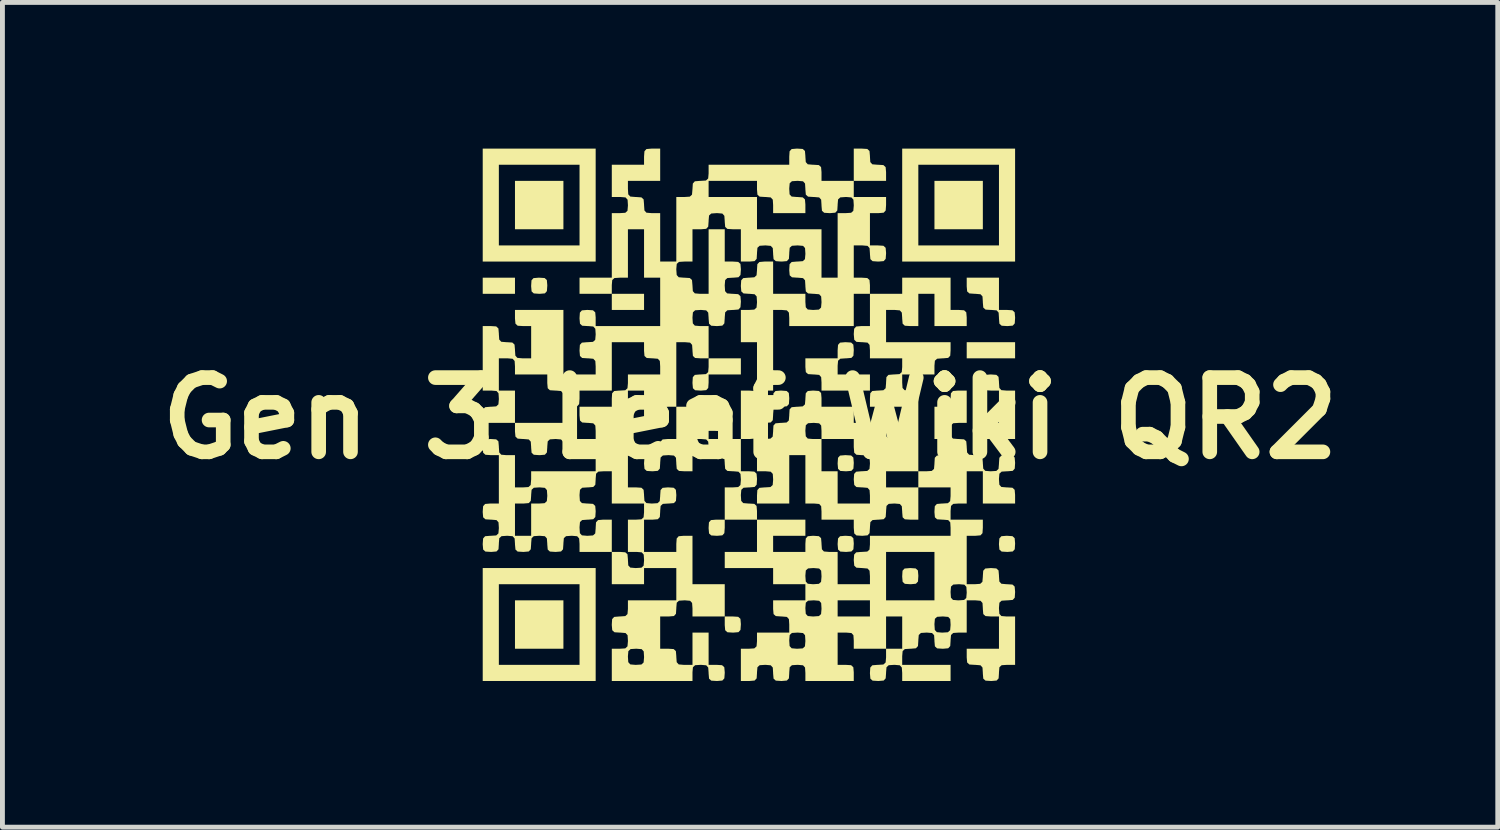
<source format=kicad_pcb>
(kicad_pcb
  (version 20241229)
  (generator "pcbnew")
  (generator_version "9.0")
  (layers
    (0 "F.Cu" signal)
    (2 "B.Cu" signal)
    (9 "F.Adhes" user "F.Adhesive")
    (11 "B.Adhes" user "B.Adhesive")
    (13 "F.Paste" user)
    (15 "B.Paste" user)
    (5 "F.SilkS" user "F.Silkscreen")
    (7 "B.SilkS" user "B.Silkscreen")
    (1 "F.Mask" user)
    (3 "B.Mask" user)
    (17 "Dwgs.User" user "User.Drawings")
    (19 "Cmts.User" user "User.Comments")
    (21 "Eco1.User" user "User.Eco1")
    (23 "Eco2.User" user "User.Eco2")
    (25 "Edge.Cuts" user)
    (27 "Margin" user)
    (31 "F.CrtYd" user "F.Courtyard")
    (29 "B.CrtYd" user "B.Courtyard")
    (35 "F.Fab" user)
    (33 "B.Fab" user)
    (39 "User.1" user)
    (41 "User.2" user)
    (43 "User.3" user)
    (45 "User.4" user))
  (footprint "Gen 3 Leaf Wiki QR2"
    (layer "F.Cu")
    (at 12.344 5.534)
    (property "Reference" "Gen 3 Leaf Wiki QR2" (at 0 0 0) (layer "F.SilkS") (effects (font (size 1.524 1.524) (thickness 0.3))))
    (attr board_only exclude_from_pos_files exclude_from_bom)
    (fp_poly (pts (xy -4.825 -2.554) (xy -5.487 -2.554) (xy -5.487 -2.885) (xy -4.825 -2.885)) (stroke (width 0) (type solid)) (fill yes) (layer "F.SilkS"))
    (fp_poly (pts (xy -3.831 -3.879) (xy -4.825 -3.879) (xy -4.825 -4.872) (xy -3.831 -4.872)) (stroke (width 0) (type solid)) (fill yes) (layer "F.SilkS"))
    (fp_poly (pts (xy -3.831 4.73) (xy -4.825 4.73) (xy -4.825 3.737) (xy -3.831 3.737)) (stroke (width 0) (type solid)) (fill yes) (layer "F.SilkS"))
    (fp_poly (pts (xy -2.176 -2.223) (xy -2.838 -2.223) (xy -2.838 -2.554) (xy -2.176 -2.554)) (stroke (width 0) (type solid)) (fill yes) (layer "F.SilkS"))
    (fp_poly (pts (xy 4.777 -3.879) (xy 3.784 -3.879) (xy 3.784 -4.872) (xy 4.777 -4.872)) (stroke (width 0) (type solid)) (fill yes) (layer "F.SilkS"))
    (fp_poly (pts (xy 5.439 -1.23) (xy 4.446 -1.23) (xy 4.446 -1.561) (xy 5.439 -1.561)) (stroke (width 0) (type solid)) (fill yes) (layer "F.SilkS"))
    (fp_poly (pts (xy -3.169 -3.216) (xy -5.487 -3.216) (xy -5.487 -3.547) (xy -5.156 -3.547) (xy -3.5 -3.547) (xy -3.5 -5.203) (xy -5.156 -5.203) (xy -5.156 -3.547) (xy -5.487 -3.547) (xy -5.487 -5.534) (xy -3.169 -5.534)) (stroke (width 0) (type solid)) (fill yes) (layer "F.SilkS"))
    (fp_poly (pts (xy -3.169 5.392) (xy -5.487 5.392) (xy -5.487 5.061) (xy -5.156 5.061) (xy -3.5 5.061) (xy -3.5 3.406) (xy -5.156 3.406) (xy -5.156 5.061) (xy -5.487 5.061) (xy -5.487 3.074) (xy -3.169 3.074)) (stroke (width 0) (type solid)) (fill yes) (layer "F.SilkS"))
    (fp_poly (pts (xy 5.439 -3.216) (xy 3.122 -3.216) (xy 3.122 -3.547) (xy 3.453 -3.547) (xy 5.108 -3.547) (xy 5.108 -5.203) (xy 3.453 -5.203) (xy 3.453 -3.547) (xy 3.122 -3.547) (xy 3.122 -5.534) (xy 5.439 -5.534)) (stroke (width 0) (type solid)) (fill yes) (layer "F.SilkS"))
    (fp_poly (pts (xy -0.52 2.247) (xy -0.528 2.358) (xy -0.569 2.403) (xy -0.673 2.412) (xy -0.686 2.412) (xy -0.797 2.405) (xy -0.842 2.364) (xy -0.851 2.259) (xy -0.851 2.247) (xy -0.844 2.136) (xy -0.803 2.09) (xy -0.698 2.081) (xy -0.686 2.081) (xy -0.52 2.081)) (stroke (width 0) (type solid)) (fill yes) (layer "F.SilkS"))
    (fp_poly (pts (xy -0.244 4.075) (xy -0.198 4.116) (xy -0.189 4.221) (xy -0.189 4.233) (xy -0.197 4.344) (xy -0.238 4.39) (xy -0.342 4.399) (xy -0.355 4.399) (xy -0.466 4.392) (xy -0.511 4.35) (xy -0.52 4.246) (xy -0.52 4.233) (xy -0.52 4.068) (xy -0.355 4.068)) (stroke (width 0) (type solid)) (fill yes) (layer "F.SilkS"))
    (fp_poly (pts (xy -4.217 -2.878) (xy -4.171 -2.837) (xy -4.162 -2.732) (xy -4.162 -2.72) (xy -4.17 -2.609) (xy -4.211 -2.563) (xy -4.315 -2.554) (xy -4.328 -2.554) (xy -4.439 -2.562) (xy -4.484 -2.603) (xy -4.493 -2.707) (xy -4.493 -2.72) (xy -4.486 -2.831) (xy -4.445 -2.876) (xy -4.341 -2.885) (xy -4.328 -2.885)) (stroke (width 0) (type solid)) (fill yes) (layer "F.SilkS"))
    (fp_poly (pts (xy 2.074 0.764) (xy 2.119 0.805) (xy 2.128 0.91) (xy 2.128 0.922) (xy 2.121 1.033) (xy 2.08 1.079) (xy 1.976 1.088) (xy 1.963 1.088) (xy 1.852 1.081) (xy 1.806 1.039) (xy 1.797 0.935) (xy 1.797 0.922) (xy 1.805 0.811) (xy 1.846 0.766) (xy 1.95 0.757) (xy 1.963 0.757)) (stroke (width 0) (type solid)) (fill yes) (layer "F.SilkS"))
    (fp_poly (pts (xy 2.074 2.42) (xy 2.119 2.461) (xy 2.128 2.565) (xy 2.128 2.578) (xy 2.121 2.689) (xy 2.08 2.734) (xy 1.976 2.743) (xy 1.963 2.743) (xy 1.852 2.736) (xy 1.806 2.695) (xy 1.797 2.59) (xy 1.797 2.578) (xy 1.805 2.467) (xy 1.846 2.421) (xy 1.95 2.412) (xy 1.963 2.412)) (stroke (width 0) (type solid)) (fill yes) (layer "F.SilkS"))
    (fp_poly (pts (xy 2.405 -5.527) (xy 2.451 -5.485) (xy 2.46 -5.381) (xy 2.46 -5.369) (xy 2.467 -5.258) (xy 2.508 -5.212) (xy 2.613 -5.203) (xy 2.625 -5.203) (xy 2.736 -5.196) (xy 2.782 -5.154) (xy 2.791 -5.05) (xy 2.791 -5.037) (xy 2.791 -4.872) (xy 2.128 -4.872) (xy 2.128 -5.534) (xy 2.294 -5.534)) (stroke (width 0) (type solid)) (fill yes) (layer "F.SilkS"))
    (fp_poly (pts (xy 3.398 3.082) (xy 3.444 3.123) (xy 3.453 3.227) (xy 3.453 3.24) (xy 3.446 3.351) (xy 3.404 3.396) (xy 3.3 3.406) (xy 3.287 3.406) (xy 3.176 3.398) (xy 3.131 3.357) (xy 3.122 3.253) (xy 3.122 3.24) (xy 3.129 3.129) (xy 3.17 3.084) (xy 3.275 3.075) (xy 3.287 3.074)) (stroke (width 0) (type solid)) (fill yes) (layer "F.SilkS"))
    (fp_poly (pts (xy 5.385 2.42) (xy 5.43 2.461) (xy 5.439 2.565) (xy 5.439 2.578) (xy 5.432 2.689) (xy 5.391 2.734) (xy 5.287 2.743) (xy 5.274 2.743) (xy 5.163 2.736) (xy 5.117 2.695) (xy 5.108 2.59) (xy 5.108 2.578) (xy 5.116 2.467) (xy 5.157 2.421) (xy 5.261 2.412) (xy 5.274 2.412)) (stroke (width 0) (type solid)) (fill yes) (layer "F.SilkS"))
    (fp_poly (pts (xy -0.189 -0.899) (xy -0.851 -0.899) (xy -0.851 -0.733) (xy -0.859 -0.622) (xy -0.9 -0.577) (xy -1.004 -0.568) (xy -1.017 -0.568) (xy -1.128 -0.575) (xy -1.173 -0.616) (xy -1.182 -0.721) (xy -1.182 -0.733) (xy -1.175 -0.844) (xy -1.134 -0.89) (xy -1.03 -0.899) (xy -1.017 -0.899) (xy -0.906 -0.906) (xy -0.86 -0.947) (xy -0.851 -1.052) (xy -0.851 -1.064) (xy -0.851 -1.23) (xy -0.189 -1.23)) (stroke (width 0) (type solid)) (fill yes) (layer "F.SilkS"))
    (fp_poly (pts (xy 5.054 -0.891) (xy 5.099 -0.85) (xy 5.108 -0.746) (xy 5.108 -0.733) (xy 5.116 -0.622) (xy 5.157 -0.577) (xy 5.261 -0.568) (xy 5.274 -0.568) (xy 5.439 -0.568) (xy 5.439 0.426) (xy 4.777 0.426) (xy 4.777 0.26) (xy 4.785 0.149) (xy 4.826 0.104) (xy 4.93 0.095) (xy 4.943 0.095) (xy 5.108 0.095) (xy 5.108 -0.568) (xy 4.943 -0.568) (xy 4.832 -0.575) (xy 4.786 -0.616) (xy 4.777 -0.721) (xy 4.777 -0.733) (xy 4.785 -0.844) (xy 4.826 -0.89) (xy 4.93 -0.899) (xy 4.943 -0.899)) (stroke (width 0) (type solid)) (fill yes) (layer "F.SilkS"))
    (fp_poly (pts (xy 2.074 -1.554) (xy 2.119 -1.512) (xy 2.128 -1.408) (xy 2.128 -1.395) (xy 2.121 -1.284) (xy 2.08 -1.239) (xy 1.976 -1.23) (xy 1.963 -1.23) (xy 1.852 -1.222) (xy 1.806 -1.181) (xy 1.797 -1.077) (xy 1.797 -1.064) (xy 1.797 -0.899) (xy 2.46 -0.899) (xy 2.46 -0.568) (xy 1.466 -0.568) (xy 1.466 -0.733) (xy 1.459 -0.844) (xy 1.418 -0.89) (xy 1.313 -0.899) (xy 1.301 -0.899) (xy 1.19 -0.906) (xy 1.144 -0.947) (xy 1.135 -1.052) (xy 1.135 -1.064) (xy 1.135 -1.23) (xy 1.797 -1.23) (xy 1.797 -1.395) (xy 1.805 -1.506) (xy 1.846 -1.552) (xy 1.95 -1.561) (xy 1.963 -1.561)) (stroke (width 0) (type solid)) (fill yes) (layer "F.SilkS"))
    (fp_poly (pts (xy 5.108 -2.223) (xy 5.274 -2.223) (xy 5.385 -2.216) (xy 5.43 -2.174) (xy 5.439 -2.07) (xy 5.439 -2.058) (xy 5.432 -1.947) (xy 5.391 -1.901) (xy 5.287 -1.892) (xy 5.274 -1.892) (xy 5.163 -1.899) (xy 5.117 -1.941) (xy 5.108 -2.045) (xy 5.108 -2.058) (xy 5.101 -2.168) (xy 5.06 -2.214) (xy 4.955 -2.223) (xy 4.943 -2.223) (xy 4.832 -2.23) (xy 4.786 -2.272) (xy 4.777 -2.376) (xy 4.777 -2.389) (xy 4.77 -2.5) (xy 4.729 -2.545) (xy 4.624 -2.554) (xy 4.612 -2.554) (xy 4.501 -2.562) (xy 4.455 -2.603) (xy 4.446 -2.707) (xy 4.446 -2.72) (xy 4.446 -2.885) (xy 5.108 -2.885)) (stroke (width 0) (type solid)) (fill yes) (layer "F.SilkS"))
    (fp_poly (pts (xy 0.087 -0.56) (xy 0.133 -0.519) (xy 0.142 -0.415) (xy 0.142 -0.402) (xy 0.149 -0.291) (xy 0.191 -0.246) (xy 0.295 -0.237) (xy 0.307 -0.236) (xy 0.418 -0.244) (xy 0.464 -0.285) (xy 0.473 -0.389) (xy 0.473 -0.402) (xy 0.48 -0.513) (xy 0.522 -0.559) (xy 0.626 -0.568) (xy 0.639 -0.568) (xy 0.75 -0.56) (xy 0.795 -0.519) (xy 0.804 -0.415) (xy 0.804 -0.402) (xy 0.797 -0.291) (xy 0.755 -0.246) (xy 0.651 -0.237) (xy 0.639 -0.236) (xy 0.528 -0.229) (xy 0.482 -0.188) (xy 0.473 -0.084) (xy 0.473 -0.071) (xy 0.466 0.04) (xy 0.424 0.086) (xy 0.32 0.095) (xy 0.307 0.095) (xy 0.196 0.102) (xy 0.151 0.143) (xy 0.142 0.248) (xy 0.142 0.26) (xy 0.135 0.371) (xy 0.093 0.417) (xy -0.011 0.426) (xy -0.024 0.426) (xy -0.189 0.426) (xy -0.189 -0.568) (xy -0.024 -0.568)) (stroke (width 0) (type solid)) (fill yes) (layer "F.SilkS"))
    (fp_poly (pts (xy -0.52 -0.071) (xy -0.528 0.04) (xy -0.569 0.086) (xy -0.673 0.095) (xy -0.686 0.095) (xy -0.797 0.102) (xy -0.842 0.143) (xy -0.851 0.248) (xy -0.851 0.26) (xy -0.851 0.426) (xy -0.189 0.426) (xy -0.189 1.088) (xy -0.024 1.088) (xy 0.087 1.095) (xy 0.133 1.137) (xy 0.142 1.241) (xy 0.142 1.253) (xy 0.135 1.364) (xy 0.093 1.41) (xy -0.011 1.419) (xy -0.024 1.419) (xy -0.135 1.426) (xy -0.18 1.468) (xy -0.189 1.572) (xy -0.189 1.585) (xy -0.182 1.696) (xy -0.141 1.741) (xy -0.036 1.75) (xy -0.024 1.75) (xy 0.087 1.757) (xy 0.133 1.799) (xy 0.142 1.903) (xy 0.142 1.916) (xy 0.142 2.081) (xy -0.52 2.081) (xy -0.52 1.419) (xy -0.355 1.419) (xy -0.244 1.412) (xy -0.198 1.37) (xy -0.189 1.266) (xy -0.189 1.253) (xy -0.197 1.142) (xy -0.238 1.097) (xy -0.342 1.088) (xy -0.355 1.088) (xy -0.466 1.081) (xy -0.511 1.039) (xy -0.52 0.935) (xy -0.52 0.922) (xy -0.528 0.811) (xy -0.569 0.766) (xy -0.673 0.757) (xy -0.686 0.757) (xy -0.797 0.749) (xy -0.842 0.708) (xy -0.851 0.604) (xy -0.851 0.591) (xy -0.859 0.48) (xy -0.9 0.435) (xy -1.004 0.426) (xy -1.017 0.426) (xy -1.182 0.426) (xy -1.182 1.088) (xy -1.348 1.088) (xy -1.459 1.081) (xy -1.505 1.039) (xy -1.514 0.935) (xy -1.514 0.922) (xy -1.521 0.811) (xy -1.562 0.766) (xy -1.667 0.757) (xy -1.679 0.757) (xy -1.79 0.764) (xy -1.836 0.805) (xy -1.845 0.91) (xy -1.845 0.922) (xy -1.852 1.033) (xy -1.893 1.079) (xy -1.998 1.088) (xy -2.01 1.088) (xy -2.121 1.081) (xy -2.167 1.039) (xy -2.176 0.935) (xy -2.176 0.922) (xy -2.168 0.811) (xy -2.127 0.766) (xy -2.023 0.757) (xy -2.01 0.757) (xy -1.899 0.749) (xy -1.854 0.708) (xy -1.845 0.604) (xy -1.845 0.591) (xy -1.837 0.48) (xy -1.796 0.435) (xy -1.692 0.426) (xy -1.679 0.426) (xy -1.514 0.426) (xy -1.514 -0.236) (xy -0.52 -0.236)) (stroke (width 0) (type solid)) (fill yes) (layer "F.SilkS"))
    (fp_poly (pts (xy 4.115 -2.223) (xy 4.281 -2.223) (xy 4.392 -2.216) (xy 4.437 -2.174) (xy 4.446 -2.07) (xy 4.446 -2.058) (xy 4.446 -1.892) (xy 3.784 -1.892) (xy 3.784 -2.554) (xy 3.453 -2.554) (xy 3.453 -1.892) (xy 3.287 -1.892) (xy 3.176 -1.899) (xy 3.131 -1.941) (xy 3.122 -2.045) (xy 3.122 -2.058) (xy 3.114 -2.168) (xy 3.073 -2.214) (xy 2.969 -2.223) (xy 2.956 -2.223) (xy 2.791 -2.223) (xy 2.791 -1.561) (xy 4.115 -1.561) (xy 4.115 -1.395) (xy 4.108 -1.284) (xy 4.066 -1.239) (xy 3.962 -1.23) (xy 3.95 -1.23) (xy 3.839 -1.222) (xy 3.793 -1.181) (xy 3.784 -1.077) (xy 3.784 -1.064) (xy 3.784 -0.899) (xy 3.122 -0.899) (xy 3.122 -0.733) (xy 3.129 -0.622) (xy 3.17 -0.577) (xy 3.275 -0.568) (xy 3.287 -0.568) (xy 3.453 -0.568) (xy 3.453 1.088) (xy 3.618 1.088) (xy 3.729 1.081) (xy 3.775 1.039) (xy 3.784 0.935) (xy 3.784 0.922) (xy 3.791 0.811) (xy 3.833 0.766) (xy 3.937 0.757) (xy 3.95 0.757) (xy 4.06 0.749) (xy 4.106 0.708) (xy 4.115 0.604) (xy 4.115 0.591) (xy 4.108 0.48) (xy 4.066 0.435) (xy 3.962 0.426) (xy 3.95 0.426) (xy 3.784 0.426) (xy 3.784 -0.236) (xy 3.95 -0.236) (xy 4.06 -0.244) (xy 4.106 -0.285) (xy 4.115 -0.389) (xy 4.115 -0.402) (xy 4.122 -0.513) (xy 4.164 -0.559) (xy 4.268 -0.568) (xy 4.281 -0.568) (xy 4.446 -0.568) (xy 4.446 0.095) (xy 4.281 0.095) (xy 4.17 0.102) (xy 4.124 0.143) (xy 4.115 0.248) (xy 4.115 0.26) (xy 4.122 0.371) (xy 4.164 0.417) (xy 4.268 0.426) (xy 4.281 0.426) (xy 4.392 0.433) (xy 4.437 0.474) (xy 4.446 0.579) (xy 4.446 0.591) (xy 4.454 0.702) (xy 4.495 0.748) (xy 4.599 0.757) (xy 4.612 0.757) (xy 4.723 0.764) (xy 4.768 0.805) (xy 4.777 0.91) (xy 4.777 0.922) (xy 4.785 1.033) (xy 4.826 1.079) (xy 4.93 1.088) (xy 4.943 1.088) (xy 5.054 1.081) (xy 5.099 1.039) (xy 5.108 0.935) (xy 5.108 0.922) (xy 5.116 0.811) (xy 5.157 0.766) (xy 5.261 0.757) (xy 5.274 0.757) (xy 5.385 0.764) (xy 5.43 0.805) (xy 5.439 0.91) (xy 5.439 0.922) (xy 5.432 1.033) (xy 5.391 1.079) (xy 5.287 1.088) (xy 5.274 1.088) (xy 5.163 1.095) (xy 5.117 1.137) (xy 5.108 1.241) (xy 5.108 1.253) (xy 5.116 1.364) (xy 5.157 1.41) (xy 5.261 1.419) (xy 5.274 1.419) (xy 5.385 1.426) (xy 5.43 1.468) (xy 5.439 1.572) (xy 5.439 1.585) (xy 5.439 1.75) (xy 4.777 1.75) (xy 4.777 1.088) (xy 4.446 1.088) (xy 4.446 1.75) (xy 4.281 1.75) (xy 4.17 1.757) (xy 4.124 1.799) (xy 4.115 1.903) (xy 4.115 1.916) (xy 4.115 2.081) (xy 4.777 2.081) (xy 4.777 2.247) (xy 4.77 2.358) (xy 4.729 2.403) (xy 4.624 2.412) (xy 4.612 2.412) (xy 4.446 2.412) (xy 4.446 3.406) (xy 4.612 3.406) (xy 4.723 3.398) (xy 4.768 3.357) (xy 4.777 3.253) (xy 4.777 3.24) (xy 4.785 3.129) (xy 4.826 3.084) (xy 4.93 3.075) (xy 4.943 3.074) (xy 5.054 3.082) (xy 5.099 3.123) (xy 5.108 3.227) (xy 5.108 3.24) (xy 5.116 3.351) (xy 5.157 3.396) (xy 5.261 3.406) (xy 5.274 3.406) (xy 5.385 3.413) (xy 5.43 3.454) (xy 5.439 3.559) (xy 5.439 3.571) (xy 5.432 3.682) (xy 5.391 3.728) (xy 5.287 3.737) (xy 5.274 3.737) (xy 5.163 3.744) (xy 5.117 3.785) (xy 5.108 3.89) (xy 5.108 3.902) (xy 5.116 4.013) (xy 5.157 4.059) (xy 5.261 4.068) (xy 5.274 4.068) (xy 5.439 4.068) (xy 5.439 5.061) (xy 5.274 5.061) (xy 5.163 5.068) (xy 5.117 5.11) (xy 5.108 5.214) (xy 5.108 5.227) (xy 5.101 5.338) (xy 5.06 5.383) (xy 4.955 5.392) (xy 4.943 5.392) (xy 4.832 5.385) (xy 4.786 5.344) (xy 4.777 5.239) (xy 4.777 5.227) (xy 4.77 5.116) (xy 4.729 5.07) (xy 4.624 5.061) (xy 4.612 5.061) (xy 4.501 5.054) (xy 4.455 5.012) (xy 4.446 4.908) (xy 4.446 4.896) (xy 4.446 4.73) (xy 5.108 4.73) (xy 5.108 4.068) (xy 4.943 4.068) (xy 4.832 4.06) (xy 4.786 4.019) (xy 4.777 3.915) (xy 4.777 3.902) (xy 4.77 3.791) (xy 4.729 3.746) (xy 4.624 3.737) (xy 4.612 3.737) (xy 4.446 3.737) (xy 4.446 4.399) (xy 4.281 4.399) (xy 4.17 4.406) (xy 4.124 4.448) (xy 4.115 4.552) (xy 4.115 4.564) (xy 4.108 4.675) (xy 4.066 4.721) (xy 3.962 4.73) (xy 3.95 4.73) (xy 3.839 4.723) (xy 3.793 4.681) (xy 3.784 4.577) (xy 3.784 4.564) (xy 3.777 4.453) (xy 3.735 4.408) (xy 3.631 4.399) (xy 3.618 4.399) (xy 3.507 4.406) (xy 3.462 4.448) (xy 3.453 4.552) (xy 3.453 4.564) (xy 3.446 4.675) (xy 3.404 4.721) (xy 3.3 4.73) (xy 3.287 4.73) (xy 3.176 4.737) (xy 3.131 4.779) (xy 3.122 4.883) (xy 3.122 4.896) (xy 3.122 5.061) (xy 4.115 5.061) (xy 4.115 5.392) (xy 3.122 5.392) (xy 3.122 5.227) (xy 3.114 5.116) (xy 3.073 5.07) (xy 2.969 5.061) (xy 2.956 5.061) (xy 2.845 5.068) (xy 2.8 5.11) (xy 2.791 5.214) (xy 2.791 5.227) (xy 2.783 5.338) (xy 2.742 5.383) (xy 2.638 5.392) (xy 2.625 5.392) (xy 2.514 5.385) (xy 2.469 5.344) (xy 2.46 5.239) (xy 2.46 5.227) (xy 2.467 5.116) (xy 2.508 5.07) (xy 2.613 5.061) (xy 2.625 5.061) (xy 2.736 5.054) (xy 2.782 5.012) (xy 2.791 4.908) (xy 2.791 4.896) (xy 2.791 4.73) (xy 3.122 4.73) (xy 3.122 4.233) (xy 3.784 4.233) (xy 3.791 4.344) (xy 3.833 4.39) (xy 3.937 4.399) (xy 3.95 4.399) (xy 4.06 4.392) (xy 4.106 4.35) (xy 4.115 4.246) (xy 4.115 4.233) (xy 4.108 4.122) (xy 4.066 4.077) (xy 3.962 4.068) (xy 3.95 4.068) (xy 3.839 4.075) (xy 3.793 4.116) (xy 3.784 4.221) (xy 3.784 4.233) (xy 3.122 4.233) (xy 3.122 4.068) (xy 2.791 4.068) (xy 2.791 4.73) (xy 2.128 4.73) (xy 2.128 4.564) (xy 2.121 4.453) (xy 2.08 4.408) (xy 1.976 4.399) (xy 1.963 4.399) (xy 1.797 4.399) (xy 1.797 5.061) (xy 1.963 5.061) (xy 2.074 5.068) (xy 2.119 5.11) (xy 2.128 5.214) (xy 2.128 5.227) (xy 2.128 5.392) (xy 1.135 5.392) (xy 1.135 5.227) (xy 1.128 5.116) (xy 1.087 5.07) (xy 0.982 5.061) (xy 0.97 5.061) (xy 0.859 5.068) (xy 0.813 5.11) (xy 0.804 5.214) (xy 0.804 5.227) (xy 0.797 5.338) (xy 0.755 5.383) (xy 0.651 5.392) (xy 0.639 5.392) (xy 0.528 5.385) (xy 0.482 5.344) (xy 0.473 5.239) (xy 0.473 5.227) (xy 0.466 5.116) (xy 0.424 5.07) (xy 0.32 5.061) (xy 0.307 5.061) (xy 0.196 5.068) (xy 0.151 5.11) (xy 0.142 5.214) (xy 0.142 5.227) (xy 0.135 5.338) (xy 0.093 5.383) (xy -0.011 5.392) (xy -0.024 5.392) (xy -0.189 5.392) (xy -0.189 4.73) (xy -0.024 4.73) (xy 0.087 4.723) (xy 0.133 4.681) (xy 0.142 4.577) (xy 0.142 4.564) (xy 0.804 4.564) (xy 0.811 4.675) (xy 0.853 4.721) (xy 0.957 4.73) (xy 0.97 4.73) (xy 1.081 4.723) (xy 1.126 4.681) (xy 1.135 4.577) (xy 1.135 4.564) (xy 1.128 4.453) (xy 1.087 4.408) (xy 0.982 4.399) (xy 0.97 4.399) (xy 0.859 4.406) (xy 0.813 4.448) (xy 0.804 4.552) (xy 0.804 4.564) (xy 0.142 4.564) (xy 0.142 4.399) (xy 0.804 4.399) (xy 0.804 4.233) (xy 0.797 4.122) (xy 0.755 4.077) (xy 0.651 4.068) (xy 0.639 4.068) (xy 0.528 4.06) (xy 0.482 4.019) (xy 0.473 3.915) (xy 0.473 3.902) (xy 1.135 3.902) (xy 1.143 4.013) (xy 1.184 4.059) (xy 1.288 4.068) (xy 1.301 4.068) (xy 1.797 4.068) (xy 2.46 4.068) (xy 2.46 3.737) (xy 2.791 3.737) (xy 3.784 3.737) (xy 3.784 3.571) (xy 4.115 3.571) (xy 4.122 3.682) (xy 4.164 3.728) (xy 4.268 3.737) (xy 4.281 3.737) (xy 4.392 3.729) (xy 4.437 3.688) (xy 4.446 3.584) (xy 4.446 3.571) (xy 4.439 3.46) (xy 4.398 3.415) (xy 4.293 3.406) (xy 4.281 3.406) (xy 4.17 3.413) (xy 4.124 3.454) (xy 4.115 3.559) (xy 4.115 3.571) (xy 3.784 3.571) (xy 3.784 2.743) (xy 2.791 2.743) (xy 2.791 3.737) (xy 2.46 3.737) (xy 1.797 3.737) (xy 1.797 4.068) (xy 1.301 4.068) (xy 1.412 4.06) (xy 1.457 4.019) (xy 1.466 3.915) (xy 1.466 3.902) (xy 1.459 3.791) (xy 1.418 3.746) (xy 1.313 3.737) (xy 1.301 3.737) (xy 1.19 3.744) (xy 1.144 3.785) (xy 1.135 3.89) (xy 1.135 3.902) (xy 0.473 3.902) (xy 0.473 3.737) (xy 1.135 3.737) (xy 1.135 3.406) (xy 0.473 3.406) (xy 0.473 3.24) (xy 1.135 3.24) (xy 1.143 3.351) (xy 1.184 3.396) (xy 1.288 3.406) (xy 1.301 3.406) (xy 1.412 3.398) (xy 1.457 3.357) (xy 1.466 3.253) (xy 1.466 3.24) (xy 1.459 3.129) (xy 1.418 3.084) (xy 1.313 3.075) (xy 1.301 3.074) (xy 1.19 3.082) (xy 1.144 3.123) (xy 1.135 3.227) (xy 1.135 3.24) (xy 0.473 3.24) (xy 0.473 3.074) (xy -0.52 3.074) (xy -0.52 2.743) (xy 0.142 2.743) (xy 0.142 2.081) (xy 1.135 2.081) (xy 1.135 2.412) (xy 0.473 2.412) (xy 0.473 2.743) (xy 1.135 2.743) (xy 1.135 2.578) (xy 1.143 2.467) (xy 1.184 2.421) (xy 1.288 2.412) (xy 1.301 2.412) (xy 1.412 2.42) (xy 1.457 2.461) (xy 1.466 2.565) (xy 1.466 2.578) (xy 1.474 2.689) (xy 1.515 2.734) (xy 1.619 2.743) (xy 1.632 2.743) (xy 1.797 2.743) (xy 1.797 3.406) (xy 2.46 3.406) (xy 2.46 3.24) (xy 2.452 3.129) (xy 2.411 3.084) (xy 2.307 3.075) (xy 2.294 3.074) (xy 2.183 3.067) (xy 2.138 3.026) (xy 2.129 2.922) (xy 2.128 2.909) (xy 2.136 2.798) (xy 2.177 2.752) (xy 2.281 2.743) (xy 2.294 2.743) (xy 2.405 2.736) (xy 2.451 2.695) (xy 2.46 2.59) (xy 2.46 2.578) (xy 2.46 2.412) (xy 4.115 2.412) (xy 4.115 2.247) (xy 4.108 2.136) (xy 4.066 2.09) (xy 3.962 2.081) (xy 3.95 2.081) (xy 3.839 2.074) (xy 3.793 2.033) (xy 3.784 1.928) (xy 3.784 1.916) (xy 3.791 1.805) (xy 3.833 1.759) (xy 3.937 1.75) (xy 3.95 1.75) (xy 4.06 1.743) (xy 4.106 1.701) (xy 4.115 1.597) (xy 4.115 1.585) (xy 4.115 1.419) (xy 3.453 1.419) (xy 3.453 2.081) (xy 3.287 2.081) (xy 3.176 2.074) (xy 3.131 2.033) (xy 3.122 1.928) (xy 3.122 1.916) (xy 3.114 1.805) (xy 3.073 1.759) (xy 2.969 1.75) (xy 2.956 1.75) (xy 2.845 1.757) (xy 2.8 1.799) (xy 2.791 1.903) (xy 2.791 1.916) (xy 2.783 2.027) (xy 2.742 2.072) (xy 2.638 2.081) (xy 2.625 2.081) (xy 2.514 2.089) (xy 2.469 2.13) (xy 2.46 2.234) (xy 2.46 2.247) (xy 2.452 2.358) (xy 2.411 2.403) (xy 2.307 2.412) (xy 2.294 2.412) (xy 2.183 2.405) (xy 2.138 2.364) (xy 2.129 2.259) (xy 2.128 2.247) (xy 2.128 2.081) (xy 1.466 2.081) (xy 1.466 1.916) (xy 1.459 1.805) (xy 1.418 1.759) (xy 1.313 1.75) (xy 1.301 1.75) (xy 1.135 1.75) (xy 1.135 1.088) (xy 1.466 1.088) (xy 1.797 1.088) (xy 1.797 1.75) (xy 2.46 1.75) (xy 2.46 1.585) (xy 2.452 1.474) (xy 2.411 1.428) (xy 2.307 1.419) (xy 2.294 1.419) (xy 2.791 1.419) (xy 3.453 1.419) (xy 3.453 1.088) (xy 2.791 1.088) (xy 2.791 1.419) (xy 2.294 1.419) (xy 2.183 1.412) (xy 2.138 1.37) (xy 2.129 1.266) (xy 2.128 1.253) (xy 2.136 1.142) (xy 2.177 1.097) (xy 2.281 1.088) (xy 2.294 1.088) (xy 2.405 1.081) (xy 2.451 1.039) (xy 2.46 0.935) (xy 2.46 0.922) (xy 2.452 0.811) (xy 2.411 0.766) (xy 2.307 0.757) (xy 2.294 0.757) (xy 2.183 0.749) (xy 2.138 0.708) (xy 2.129 0.604) (xy 2.128 0.591) (xy 2.128 0.426) (xy 1.466 0.426) (xy 1.466 1.088) (xy 1.135 1.088) (xy 1.135 0.757) (xy 0.804 0.757) (xy 0.804 1.75) (xy 0.142 1.75) (xy 0.142 1.585) (xy 0.149 1.474) (xy 0.191 1.428) (xy 0.295 1.419) (xy 0.307 1.419) (xy 0.418 1.412) (xy 0.464 1.37) (xy 0.473 1.266) (xy 0.473 1.253) (xy 0.466 1.142) (xy 0.424 1.097) (xy 0.32 1.088) (xy 0.307 1.088) (xy 0.142 1.088) (xy 0.142 0.426) (xy 0.307 0.426) (xy 0.418 0.418) (xy 0.464 0.377) (xy 0.473 0.273) (xy 0.473 0.26) (xy 1.135 0.26) (xy 1.143 0.371) (xy 1.184 0.417) (xy 1.288 0.426) (xy 1.301 0.426) (xy 1.466 0.426) (xy 1.466 0.26) (xy 1.459 0.149) (xy 1.418 0.104) (xy 1.313 0.095) (xy 1.301 0.095) (xy 1.19 0.102) (xy 1.144 0.143) (xy 1.135 0.248) (xy 1.135 0.26) (xy 0.473 0.26) (xy 0.48 0.149) (xy 0.522 0.104) (xy 0.626 0.095) (xy 0.639 0.095) (xy 0.75 0.087) (xy 0.795 0.046) (xy 0.804 -0.058) (xy 0.804 -0.071) (xy 0.811 -0.182) (xy 0.853 -0.227) (xy 0.957 -0.236) (xy 0.97 -0.236) (xy 1.081 -0.244) (xy 1.126 -0.285) (xy 1.135 -0.389) (xy 1.135 -0.402) (xy 1.143 -0.513) (xy 1.184 -0.559) (xy 1.288 -0.568) (xy 1.301 -0.568) (xy 1.412 -0.56) (xy 1.457 -0.519) (xy 1.466 -0.415) (xy 1.466 -0.402) (xy 1.466 -0.236) (xy 2.128 -0.236) (xy 2.128 0.095) (xy 2.791 0.095) (xy 2.791 0.26) (xy 2.798 0.371) (xy 2.839 0.417) (xy 2.944 0.426) (xy 2.956 0.426) (xy 3.122 0.426) (xy 3.122 -0.236) (xy 2.46 -0.236) (xy 2.46 -0.402) (xy 2.467 -0.513) (xy 2.508 -0.559) (xy 2.613 -0.568) (xy 2.625 -0.568) (xy 2.736 -0.575) (xy 2.782 -0.616) (xy 2.791 -0.721) (xy 2.791 -0.733) (xy 2.798 -0.844) (xy 2.839 -0.89) (xy 2.944 -0.899) (xy 2.956 -0.899) (xy 3.067 -0.906) (xy 3.113 -0.947) (xy 3.122 -1.052) (xy 3.122 -1.064) (xy 3.122 -1.23) (xy 2.46 -1.23) (xy 2.46 -1.395) (xy 2.452 -1.506) (xy 2.411 -1.552) (xy 2.307 -1.561) (xy 2.294 -1.561) (xy 2.183 -1.568) (xy 2.138 -1.61) (xy 2.129 -1.714) (xy 2.128 -1.726) (xy 2.136 -1.837) (xy 2.177 -1.883) (xy 2.281 -1.892) (xy 2.294 -1.892) (xy 2.46 -1.892) (xy 2.46 -2.554) (xy 3.122 -2.554) (xy 3.122 -2.885) (xy 4.115 -2.885)) (stroke (width 0) (type solid)) (fill yes) (layer "F.SilkS"))
    (fp_poly (pts (xy -1.845 -4.872) (xy -2.507 -4.872) (xy -2.507 -4.706) (xy -2.5 -4.595) (xy -2.458 -4.55) (xy -2.354 -4.541) (xy -2.341 -4.541) (xy -2.23 -4.533) (xy -2.185 -4.492) (xy -2.176 -4.388) (xy -2.176 -4.375) (xy -2.168 -4.264) (xy -2.127 -4.219) (xy -2.023 -4.21) (xy -2.01 -4.21) (xy -1.845 -4.21) (xy -1.845 -3.216) (xy -1.514 -3.216) (xy -1.514 -4.541) (xy -1.348 -4.541) (xy -0.851 -4.541) (xy 0.142 -4.541) (xy 0.142 -3.879) (xy 1.466 -3.879) (xy 1.466 -2.885) (xy 1.797 -2.885) (xy 1.797 -4.21) (xy 1.963 -4.21) (xy 2.074 -4.217) (xy 2.119 -4.258) (xy 2.128 -4.363) (xy 2.128 -4.375) (xy 2.121 -4.486) (xy 2.08 -4.532) (xy 1.976 -4.541) (xy 1.963 -4.541) (xy 1.852 -4.533) (xy 1.806 -4.492) (xy 1.797 -4.388) (xy 1.797 -4.375) (xy 1.79 -4.264) (xy 1.749 -4.219) (xy 1.644 -4.21) (xy 1.632 -4.21) (xy 1.521 -4.217) (xy 1.475 -4.258) (xy 1.466 -4.363) (xy 1.466 -4.375) (xy 1.459 -4.486) (xy 1.418 -4.532) (xy 1.313 -4.541) (xy 1.301 -4.541) (xy 1.19 -4.548) (xy 1.144 -4.589) (xy 1.135 -4.694) (xy 1.135 -4.706) (xy 1.128 -4.817) (xy 1.087 -4.863) (xy 0.982 -4.872) (xy 0.97 -4.872) (xy 0.859 -4.865) (xy 0.813 -4.823) (xy 0.804 -4.719) (xy 0.804 -4.706) (xy 0.811 -4.595) (xy 0.853 -4.55) (xy 0.957 -4.541) (xy 0.97 -4.541) (xy 1.081 -4.533) (xy 1.126 -4.492) (xy 1.135 -4.388) (xy 1.135 -4.375) (xy 1.135 -4.21) (xy 0.473 -4.21) (xy 0.473 -4.375) (xy 0.466 -4.486) (xy 0.424 -4.532) (xy 0.32 -4.541) (xy 0.307 -4.541) (xy 0.196 -4.548) (xy 0.151 -4.589) (xy 0.142 -4.694) (xy 0.142 -4.706) (xy 0.142 -4.872) (xy -0.851 -4.872) (xy -0.851 -4.541) (xy -1.348 -4.541) (xy -1.237 -4.548) (xy -1.192 -4.589) (xy -1.183 -4.694) (xy -1.182 -4.706) (xy -1.175 -4.817) (xy -1.134 -4.863) (xy -1.03 -4.872) (xy -1.017 -4.872) (xy -0.906 -4.879) (xy -0.86 -4.921) (xy -0.851 -5.025) (xy -0.851 -5.037) (xy -0.851 -5.203) (xy 0.804 -5.203) (xy 0.804 -5.369) (xy 0.811 -5.479) (xy 0.853 -5.525) (xy 0.957 -5.534) (xy 0.97 -5.534) (xy 1.081 -5.527) (xy 1.126 -5.485) (xy 1.135 -5.381) (xy 1.135 -5.369) (xy 1.143 -5.258) (xy 1.184 -5.212) (xy 1.288 -5.203) (xy 1.301 -5.203) (xy 1.412 -5.196) (xy 1.457 -5.154) (xy 1.466 -5.05) (xy 1.466 -5.037) (xy 1.466 -4.872) (xy 2.128 -4.872) (xy 2.128 -4.541) (xy 2.791 -4.541) (xy 2.791 -4.375) (xy 2.783 -4.264) (xy 2.742 -4.219) (xy 2.638 -4.21) (xy 2.625 -4.21) (xy 2.46 -4.21) (xy 2.46 -3.547) (xy 2.625 -3.547) (xy 2.736 -3.54) (xy 2.782 -3.499) (xy 2.791 -3.395) (xy 2.791 -3.382) (xy 2.783 -3.271) (xy 2.742 -3.225) (xy 2.638 -3.216) (xy 2.625 -3.216) (xy 2.514 -3.224) (xy 2.469 -3.265) (xy 2.46 -3.369) (xy 2.46 -3.382) (xy 2.452 -3.493) (xy 2.411 -3.538) (xy 2.307 -3.547) (xy 2.294 -3.547) (xy 2.128 -3.547) (xy 2.128 -2.885) (xy 2.294 -2.885) (xy 2.405 -2.878) (xy 2.451 -2.837) (xy 2.46 -2.732) (xy 2.46 -2.72) (xy 2.46 -2.554) (xy 2.128 -2.554) (xy 2.128 -1.892) (xy 0.804 -1.892) (xy 0.804 -2.058) (xy 0.797 -2.168) (xy 0.755 -2.214) (xy 0.651 -2.223) (xy 0.639 -2.223) (xy 0.473 -2.223) (xy 0.473 -0.568) (xy 0.142 -0.568) (xy 0.142 -1.561) (xy -0.189 -1.561) (xy -0.189 -2.223) (xy -0.024 -2.223) (xy 0.087 -2.23) (xy 0.133 -2.272) (xy 0.142 -2.376) (xy 0.142 -2.389) (xy 0.135 -2.5) (xy 0.093 -2.545) (xy -0.011 -2.554) (xy -0.024 -2.554) (xy -0.135 -2.562) (xy -0.18 -2.603) (xy -0.189 -2.707) (xy -0.189 -2.72) (xy -0.182 -2.831) (xy -0.141 -2.876) (xy -0.036 -2.885) (xy -0.024 -2.885) (xy 0.087 -2.893) (xy 0.133 -2.934) (xy 0.142 -3.038) (xy 0.142 -3.051) (xy 0.149 -3.162) (xy 0.191 -3.207) (xy 0.295 -3.216) (xy 0.307 -3.216) (xy 0.473 -3.216) (xy 0.473 -2.554) (xy 1.135 -2.554) (xy 1.135 -2.389) (xy 1.143 -2.278) (xy 1.184 -2.232) (xy 1.288 -2.223) (xy 1.301 -2.223) (xy 1.412 -2.23) (xy 1.457 -2.272) (xy 1.466 -2.376) (xy 1.466 -2.389) (xy 1.459 -2.5) (xy 1.418 -2.545) (xy 1.313 -2.554) (xy 1.301 -2.554) (xy 1.19 -2.562) (xy 1.144 -2.603) (xy 1.135 -2.707) (xy 1.135 -2.72) (xy 1.128 -2.831) (xy 1.087 -2.876) (xy 0.982 -2.885) (xy 0.97 -2.885) (xy 0.859 -2.893) (xy 0.813 -2.934) (xy 0.804 -3.038) (xy 0.804 -3.051) (xy 0.811 -3.162) (xy 0.853 -3.207) (xy 0.957 -3.216) (xy 0.97 -3.216) (xy 1.081 -3.224) (xy 1.126 -3.265) (xy 1.135 -3.369) (xy 1.135 -3.382) (xy 1.128 -3.493) (xy 1.087 -3.538) (xy 0.982 -3.547) (xy 0.97 -3.547) (xy 0.859 -3.54) (xy 0.813 -3.499) (xy 0.804 -3.395) (xy 0.804 -3.382) (xy 0.797 -3.271) (xy 0.755 -3.225) (xy 0.651 -3.216) (xy 0.639 -3.216) (xy 0.528 -3.224) (xy 0.482 -3.265) (xy 0.473 -3.369) (xy 0.473 -3.382) (xy 0.466 -3.493) (xy 0.424 -3.538) (xy 0.32 -3.547) (xy 0.307 -3.547) (xy 0.196 -3.54) (xy 0.151 -3.499) (xy 0.142 -3.395) (xy 0.142 -3.382) (xy 0.135 -3.271) (xy 0.093 -3.225) (xy -0.011 -3.216) (xy -0.024 -3.216) (xy -0.189 -3.216) (xy -0.189 -3.879) (xy -0.355 -3.879) (xy -0.466 -3.886) (xy -0.511 -3.927) (xy -0.52 -4.032) (xy -0.52 -4.044) (xy -0.528 -4.155) (xy -0.569 -4.201) (xy -0.673 -4.21) (xy -0.686 -4.21) (xy -0.797 -4.202) (xy -0.842 -4.161) (xy -0.851 -4.057) (xy -0.851 -4.044) (xy -0.859 -3.933) (xy -0.9 -3.888) (xy -1.004 -3.879) (xy -1.017 -3.879) (xy -1.182 -3.879) (xy -1.182 -3.216) (xy -1.348 -3.216) (xy -1.459 -3.209) (xy -1.505 -3.168) (xy -1.514 -3.063) (xy -1.514 -3.051) (xy -1.506 -2.94) (xy -1.465 -2.894) (xy -1.361 -2.885) (xy -1.348 -2.885) (xy -1.237 -2.878) (xy -1.192 -2.837) (xy -1.183 -2.732) (xy -1.182 -2.72) (xy -1.175 -2.609) (xy -1.134 -2.563) (xy -1.03 -2.554) (xy -1.017 -2.554) (xy -0.851 -2.554) (xy -0.851 -3.879) (xy -0.52 -3.879) (xy -0.52 -3.216) (xy -0.355 -3.216) (xy -0.244 -3.209) (xy -0.198 -3.168) (xy -0.189 -3.063) (xy -0.189 -3.051) (xy -0.197 -2.94) (xy -0.238 -2.894) (xy -0.342 -2.885) (xy -0.355 -2.885) (xy -0.466 -2.878) (xy -0.511 -2.837) (xy -0.52 -2.732) (xy -0.52 -2.72) (xy -0.513 -2.609) (xy -0.472 -2.563) (xy -0.367 -2.554) (xy -0.355 -2.554) (xy -0.244 -2.547) (xy -0.198 -2.506) (xy -0.189 -2.401) (xy -0.189 -2.389) (xy -0.197 -2.278) (xy -0.238 -2.232) (xy -0.342 -2.223) (xy -0.355 -2.223) (xy -0.466 -2.216) (xy -0.511 -2.174) (xy -0.52 -2.07) (xy -0.52 -2.058) (xy -0.528 -1.947) (xy -0.569 -1.901) (xy -0.673 -1.892) (xy -0.686 -1.892) (xy -0.797 -1.899) (xy -0.842 -1.941) (xy -0.851 -2.045) (xy -0.851 -2.058) (xy -0.859 -2.168) (xy -0.9 -2.214) (xy -1.004 -2.223) (xy -1.017 -2.223) (xy -1.128 -2.216) (xy -1.173 -2.174) (xy -1.182 -2.07) (xy -1.182 -2.058) (xy -1.175 -1.947) (xy -1.134 -1.901) (xy -1.03 -1.892) (xy -1.017 -1.892) (xy -0.851 -1.892) (xy -0.851 -1.23) (xy -1.017 -1.23) (xy -1.128 -1.237) (xy -1.173 -1.278) (xy -1.182 -1.383) (xy -1.182 -1.395) (xy -1.19 -1.506) (xy -1.231 -1.552) (xy -1.335 -1.561) (xy -1.348 -1.561) (xy -1.514 -1.561) (xy -1.514 -0.236) (xy -1.679 -0.236) (xy -1.79 -0.229) (xy -1.836 -0.188) (xy -1.845 -0.084) (xy -1.845 -0.071) (xy -1.852 0.04) (xy -1.893 0.086) (xy -1.998 0.095) (xy -2.01 0.095) (xy -2.176 0.095) (xy -2.176 -0.568) (xy -2.507 -0.568) (xy -2.507 1.419) (xy -2.341 1.419) (xy -2.23 1.426) (xy -2.185 1.468) (xy -2.176 1.572) (xy -2.176 1.585) (xy -2.168 1.696) (xy -2.127 1.741) (xy -2.023 1.75) (xy -2.01 1.75) (xy -1.899 1.743) (xy -1.854 1.701) (xy -1.845 1.597) (xy -1.845 1.585) (xy -1.837 1.474) (xy -1.796 1.428) (xy -1.692 1.419) (xy -1.679 1.419) (xy -1.568 1.426) (xy -1.523 1.468) (xy -1.514 1.572) (xy -1.514 1.585) (xy -1.521 1.696) (xy -1.562 1.741) (xy -1.667 1.75) (xy -1.679 1.75) (xy -1.79 1.757) (xy -1.836 1.799) (xy -1.845 1.903) (xy -1.845 1.916) (xy -1.852 2.027) (xy -1.893 2.072) (xy -1.998 2.081) (xy -2.01 2.081) (xy -2.176 2.081) (xy -2.176 2.743) (xy -1.514 2.743) (xy -1.514 2.578) (xy -1.506 2.467) (xy -1.465 2.421) (xy -1.361 2.412) (xy -1.348 2.412) (xy -1.182 2.412) (xy -1.182 3.406) (xy -0.52 3.406) (xy -0.52 4.068) (xy -1.182 4.068) (xy -1.182 3.902) (xy -1.19 3.791) (xy -1.231 3.746) (xy -1.335 3.737) (xy -1.348 3.737) (xy -1.459 3.744) (xy -1.505 3.785) (xy -1.514 3.89) (xy -1.514 3.902) (xy -1.521 4.013) (xy -1.562 4.059) (xy -1.667 4.068) (xy -1.679 4.068) (xy -1.845 4.068) (xy -1.845 4.73) (xy -1.679 4.73) (xy -1.568 4.737) (xy -1.523 4.779) (xy -1.514 4.883) (xy -1.514 4.896) (xy -1.506 5.006) (xy -1.465 5.052) (xy -1.361 5.061) (xy -1.348 5.061) (xy -1.182 5.061) (xy -1.182 4.399) (xy -0.851 4.399) (xy -0.851 5.061) (xy -0.686 5.061) (xy -0.575 5.068) (xy -0.529 5.11) (xy -0.52 5.214) (xy -0.52 5.227) (xy -0.528 5.338) (xy -0.569 5.383) (xy -0.673 5.392) (xy -0.686 5.392) (xy -0.797 5.385) (xy -0.842 5.344) (xy -0.851 5.239) (xy -0.851 5.227) (xy -0.859 5.116) (xy -0.9 5.07) (xy -1.004 5.061) (xy -1.017 5.061) (xy -1.128 5.068) (xy -1.173 5.11) (xy -1.182 5.214) (xy -1.182 5.227) (xy -1.182 5.392) (xy -2.838 5.392) (xy -2.838 4.896) (xy -2.507 4.896) (xy -2.5 5.006) (xy -2.458 5.052) (xy -2.354 5.061) (xy -2.341 5.061) (xy -2.23 5.054) (xy -2.185 5.012) (xy -2.176 4.908) (xy -2.176 4.896) (xy -2.183 4.785) (xy -2.224 4.739) (xy -2.329 4.73) (xy -2.341 4.73) (xy -2.452 4.737) (xy -2.498 4.779) (xy -2.507 4.883) (xy -2.507 4.896) (xy -2.838 4.896) (xy -2.838 4.73) (xy -2.672 4.73) (xy -2.561 4.723) (xy -2.516 4.681) (xy -2.507 4.577) (xy -2.507 4.564) (xy -2.514 4.453) (xy -2.556 4.408) (xy -2.66 4.399) (xy -2.672 4.399) (xy -2.783 4.392) (xy -2.829 4.35) (xy -2.838 4.246) (xy -2.838 4.233) (xy -2.831 4.122) (xy -2.789 4.077) (xy -2.685 4.068) (xy -2.672 4.068) (xy -2.561 4.06) (xy -2.516 4.019) (xy -2.507 3.915) (xy -2.507 3.902) (xy -2.507 3.737) (xy -1.514 3.737) (xy -1.514 3.074) (xy -2.176 3.074) (xy -2.176 3.406) (xy -2.838 3.406) (xy -2.838 2.743) (xy -3.5 2.743) (xy -3.5 2.578) (xy -3.508 2.467) (xy -3.549 2.421) (xy -3.653 2.412) (xy -3.666 2.412) (xy -3.777 2.42) (xy -3.822 2.461) (xy -3.831 2.565) (xy -3.831 2.578) (xy -3.839 2.689) (xy -3.88 2.734) (xy -3.984 2.743) (xy -3.997 2.743) (xy -4.108 2.736) (xy -4.153 2.695) (xy -4.162 2.59) (xy -4.162 2.578) (xy -4.17 2.467) (xy -4.211 2.421) (xy -4.315 2.412) (xy -4.328 2.412) (xy -4.439 2.42) (xy -4.484 2.461) (xy -4.493 2.565) (xy -4.493 2.578) (xy -4.501 2.689) (xy -4.542 2.734) (xy -4.646 2.743) (xy -4.659 2.743) (xy -4.77 2.736) (xy -4.815 2.695) (xy -4.825 2.59) (xy -4.825 2.578) (xy -4.832 2.467) (xy -4.873 2.421) (xy -4.978 2.412) (xy -4.99 2.412) (xy -4.825 2.412) (xy -4.493 2.412) (xy -4.493 2.247) (xy -3.5 2.247) (xy -3.493 2.358) (xy -3.452 2.403) (xy -3.347 2.412) (xy -3.335 2.412) (xy -3.224 2.405) (xy -3.178 2.364) (xy -3.169 2.259) (xy -3.169 2.247) (xy -3.162 2.136) (xy -3.12 2.09) (xy -3.016 2.081) (xy -3.004 2.081) (xy -2.838 2.081) (xy -2.838 2.743) (xy -2.672 2.743) (xy -2.561 2.751) (xy -2.516 2.792) (xy -2.507 2.896) (xy -2.507 2.909) (xy -2.5 3.02) (xy -2.458 3.065) (xy -2.354 3.074) (xy -2.341 3.074) (xy -2.23 3.067) (xy -2.185 3.026) (xy -2.176 2.922) (xy -2.176 2.909) (xy -2.183 2.798) (xy -2.224 2.752) (xy -2.329 2.743) (xy -2.341 2.743) (xy -2.507 2.743) (xy -2.507 2.081) (xy -2.341 2.081) (xy -2.23 2.074) (xy -2.185 2.033) (xy -2.176 1.928) (xy -2.176 1.916) (xy -2.176 1.75) (xy -2.838 1.75) (xy -2.838 1.088) (xy -3.004 1.088) (xy -3.114 1.095) (xy -3.16 1.137) (xy -3.169 1.241) (xy -3.169 1.253) (xy -3.176 1.364) (xy -3.218 1.41) (xy -3.322 1.419) (xy -3.335 1.419) (xy -3.446 1.426) (xy -3.491 1.468) (xy -3.5 1.572) (xy -3.5 1.585) (xy -3.493 1.696) (xy -3.452 1.741) (xy -3.347 1.75) (xy -3.335 1.75) (xy -3.224 1.757) (xy -3.178 1.799) (xy -3.169 1.903) (xy -3.169 1.916) (xy -3.176 2.027) (xy -3.218 2.072) (xy -3.322 2.081) (xy -3.335 2.081) (xy -3.446 2.089) (xy -3.491 2.13) (xy -3.5 2.234) (xy -3.5 2.247) (xy -4.493 2.247) (xy -4.493 1.75) (xy -4.328 1.75) (xy -4.217 1.743) (xy -4.171 1.701) (xy -4.162 1.597) (xy -4.162 1.585) (xy -4.17 1.474) (xy -4.211 1.428) (xy -4.315 1.419) (xy -4.328 1.419) (xy -4.439 1.426) (xy -4.484 1.468) (xy -4.493 1.572) (xy -4.493 1.585) (xy -4.501 1.696) (xy -4.542 1.741) (xy -4.646 1.75) (xy -4.659 1.75) (xy -4.825 1.75) (xy -4.825 2.412) (xy -4.99 2.412) (xy -5.101 2.42) (xy -5.147 2.461) (xy -5.156 2.565) (xy -5.156 2.578) (xy -5.163 2.689) (xy -5.204 2.734) (xy -5.309 2.743) (xy -5.321 2.743) (xy -5.432 2.736) (xy -5.478 2.695) (xy -5.487 2.59) (xy -5.487 2.578) (xy -5.479 2.467) (xy -5.438 2.421) (xy -5.334 2.412) (xy -5.321 2.412) (xy -5.21 2.405) (xy -5.165 2.364) (xy -5.156 2.259) (xy -5.156 2.247) (xy -5.163 2.136) (xy -5.204 2.09) (xy -5.309 2.081) (xy -5.321 2.081) (xy -5.432 2.074) (xy -5.478 2.033) (xy -5.487 1.928) (xy -5.487 1.916) (xy -5.479 1.805) (xy -5.438 1.759) (xy -5.334 1.75) (xy -5.321 1.75) (xy -5.156 1.75) (xy -5.156 0.757) (xy -5.321 0.757) (xy -5.432 0.749) (xy -5.478 0.708) (xy -5.487 0.604) (xy -5.487 0.591) (xy -5.479 0.48) (xy -5.438 0.435) (xy -5.334 0.426) (xy -5.321 0.426) (xy -5.21 0.433) (xy -5.165 0.474) (xy -5.156 0.579) (xy -5.156 0.591) (xy -5.148 0.702) (xy -5.107 0.748) (xy -5.003 0.757) (xy -4.99 0.757) (xy -4.825 0.757) (xy -4.825 1.419) (xy -4.659 1.419) (xy -4.548 1.412) (xy -4.503 1.37) (xy -4.494 1.266) (xy -4.493 1.253) (xy -4.493 1.088) (xy -3.169 1.088) (xy -3.169 0.757) (xy -3.831 0.757) (xy -3.831 0.591) (xy -3.839 0.48) (xy -3.88 0.435) (xy -3.984 0.426) (xy -3.997 0.426) (xy -4.108 0.433) (xy -4.153 0.474) (xy -4.162 0.579) (xy -4.162 0.591) (xy -4.17 0.702) (xy -4.211 0.748) (xy -4.315 0.757) (xy -4.328 0.757) (xy -4.439 0.749) (xy -4.484 0.708) (xy -4.493 0.604) (xy -4.493 0.591) (xy -4.501 0.48) (xy -4.542 0.435) (xy -4.646 0.426) (xy -4.659 0.426) (xy -4.77 0.418) (xy -4.815 0.377) (xy -4.825 0.273) (xy -4.825 0.26) (xy -4.825 0.095) (xy -5.487 0.095) (xy -5.487 -0.071) (xy -5.479 -0.182) (xy -5.438 -0.227) (xy -5.334 -0.236) (xy -5.321 -0.236) (xy -5.21 -0.244) (xy -5.165 -0.285) (xy -5.156 -0.389) (xy -5.156 -0.402) (xy -5.163 -0.513) (xy -5.204 -0.559) (xy -5.309 -0.568) (xy -5.321 -0.568) (xy -5.156 -0.568) (xy -4.825 -0.568) (xy -4.825 0.095) (xy -3.831 0.095) (xy -3.831 0.426) (xy -3.169 0.426) (xy -3.169 0.26) (xy -3.176 0.149) (xy -3.218 0.104) (xy -3.322 0.095) (xy -3.335 0.095) (xy -3.446 0.087) (xy -3.491 0.046) (xy -3.5 -0.058) (xy -3.5 -0.071) (xy -3.5 -0.236) (xy -2.838 -0.236) (xy -2.838 -0.402) (xy -2.831 -0.513) (xy -2.789 -0.559) (xy -2.685 -0.568) (xy -2.672 -0.568) (xy -2.561 -0.575) (xy -2.516 -0.616) (xy -2.507 -0.721) (xy -2.507 -0.733) (xy -2.507 -0.899) (xy -1.845 -0.899) (xy -1.845 -1.064) (xy -1.852 -1.175) (xy -1.893 -1.221) (xy -1.998 -1.23) (xy -2.01 -1.23) (xy -2.121 -1.237) (xy -2.167 -1.278) (xy -2.176 -1.383) (xy -2.176 -1.395) (xy -2.176 -1.561) (xy -2.838 -1.561) (xy -2.838 -0.568) (xy -3.5 -0.568) (xy -3.5 -0.402) (xy -3.508 -0.291) (xy -3.549 -0.246) (xy -3.653 -0.237) (xy -3.666 -0.236) (xy -3.777 -0.244) (xy -3.822 -0.285) (xy -3.831 -0.389) (xy -3.831 -0.402) (xy -3.839 -0.513) (xy -3.88 -0.559) (xy -3.984 -0.568) (xy -3.997 -0.568) (xy -4.108 -0.575) (xy -4.153 -0.616) (xy -4.162 -0.721) (xy -4.162 -0.733) (xy -4.162 -0.899) (xy -4.825 -0.899) (xy -4.825 -1.064) (xy -4.832 -1.175) (xy -4.873 -1.221) (xy -4.978 -1.23) (xy -4.99 -1.23) (xy -5.156 -1.23) (xy -5.156 -0.568) (xy -5.321 -0.568) (xy -5.487 -0.568) (xy -5.487 -1.892) (xy -5.321 -1.892) (xy -5.21 -1.885) (xy -5.165 -1.843) (xy -5.156 -1.739) (xy -5.156 -1.726) (xy -5.148 -1.615) (xy -5.107 -1.57) (xy -5.003 -1.561) (xy -4.99 -1.561) (xy -4.879 -1.554) (xy -4.834 -1.512) (xy -4.825 -1.408) (xy -4.825 -1.395) (xy -4.817 -1.284) (xy -4.776 -1.239) (xy -4.672 -1.23) (xy -4.659 -1.23) (xy -4.493 -1.23) (xy -4.493 -1.892) (xy -4.659 -1.892) (xy -4.77 -1.899) (xy -4.815 -1.941) (xy -4.825 -2.045) (xy -4.825 -2.058) (xy -4.825 -2.223) (xy -3.831 -2.223) (xy -3.831 -0.899) (xy -3.169 -0.899) (xy -3.169 -1.064) (xy -3.176 -1.175) (xy -3.218 -1.221) (xy -3.322 -1.23) (xy -3.335 -1.23) (xy -3.446 -1.237) (xy -3.491 -1.278) (xy -3.5 -1.383) (xy -3.5 -1.395) (xy -3.493 -1.506) (xy -3.452 -1.552) (xy -3.347 -1.561) (xy -3.335 -1.561) (xy -3.224 -1.568) (xy -3.178 -1.61) (xy -3.169 -1.714) (xy -3.169 -1.726) (xy -3.176 -1.837) (xy -3.218 -1.883) (xy -3.322 -1.892) (xy -3.335 -1.892) (xy -3.446 -1.899) (xy -3.491 -1.941) (xy -3.5 -2.045) (xy -3.5 -2.058) (xy -3.493 -2.168) (xy -3.452 -2.214) (xy -3.347 -2.223) (xy -3.335 -2.223) (xy -3.224 -2.216) (xy -3.178 -2.174) (xy -3.169 -2.07) (xy -3.169 -2.058) (xy -3.169 -1.892) (xy -1.845 -1.892) (xy -1.845 -2.885) (xy -2.176 -2.885) (xy -2.176 -3.879) (xy -2.507 -3.879) (xy -2.507 -2.885) (xy -2.672 -2.885) (xy -2.783 -2.878) (xy -2.829 -2.837) (xy -2.838 -2.732) (xy -2.838 -2.72) (xy -2.838 -2.554) (xy -3.5 -2.554) (xy -3.5 -2.885) (xy -2.838 -2.885) (xy -2.838 -4.21) (xy -2.672 -4.21) (xy -2.561 -4.217) (xy -2.516 -4.258) (xy -2.507 -4.363) (xy -2.507 -4.375) (xy -2.514 -4.486) (xy -2.556 -4.532) (xy -2.66 -4.541) (xy -2.672 -4.541) (xy -2.838 -4.541) (xy -2.838 -5.203) (xy -2.176 -5.203) (xy -2.176 -5.369) (xy -2.168 -5.479) (xy -2.127 -5.525) (xy -2.023 -5.534) (xy -2.01 -5.534) (xy -1.845 -5.534)) (stroke (width 0) (type solid)) (fill yes) (layer "F.SilkS")))
  (gr_rect
    (start -3 -3)
    (end 27.689 13.926)
    (stroke (width 0.1) (type default))
    (fill no)
    (layer "Edge.Cuts")))
</source>
